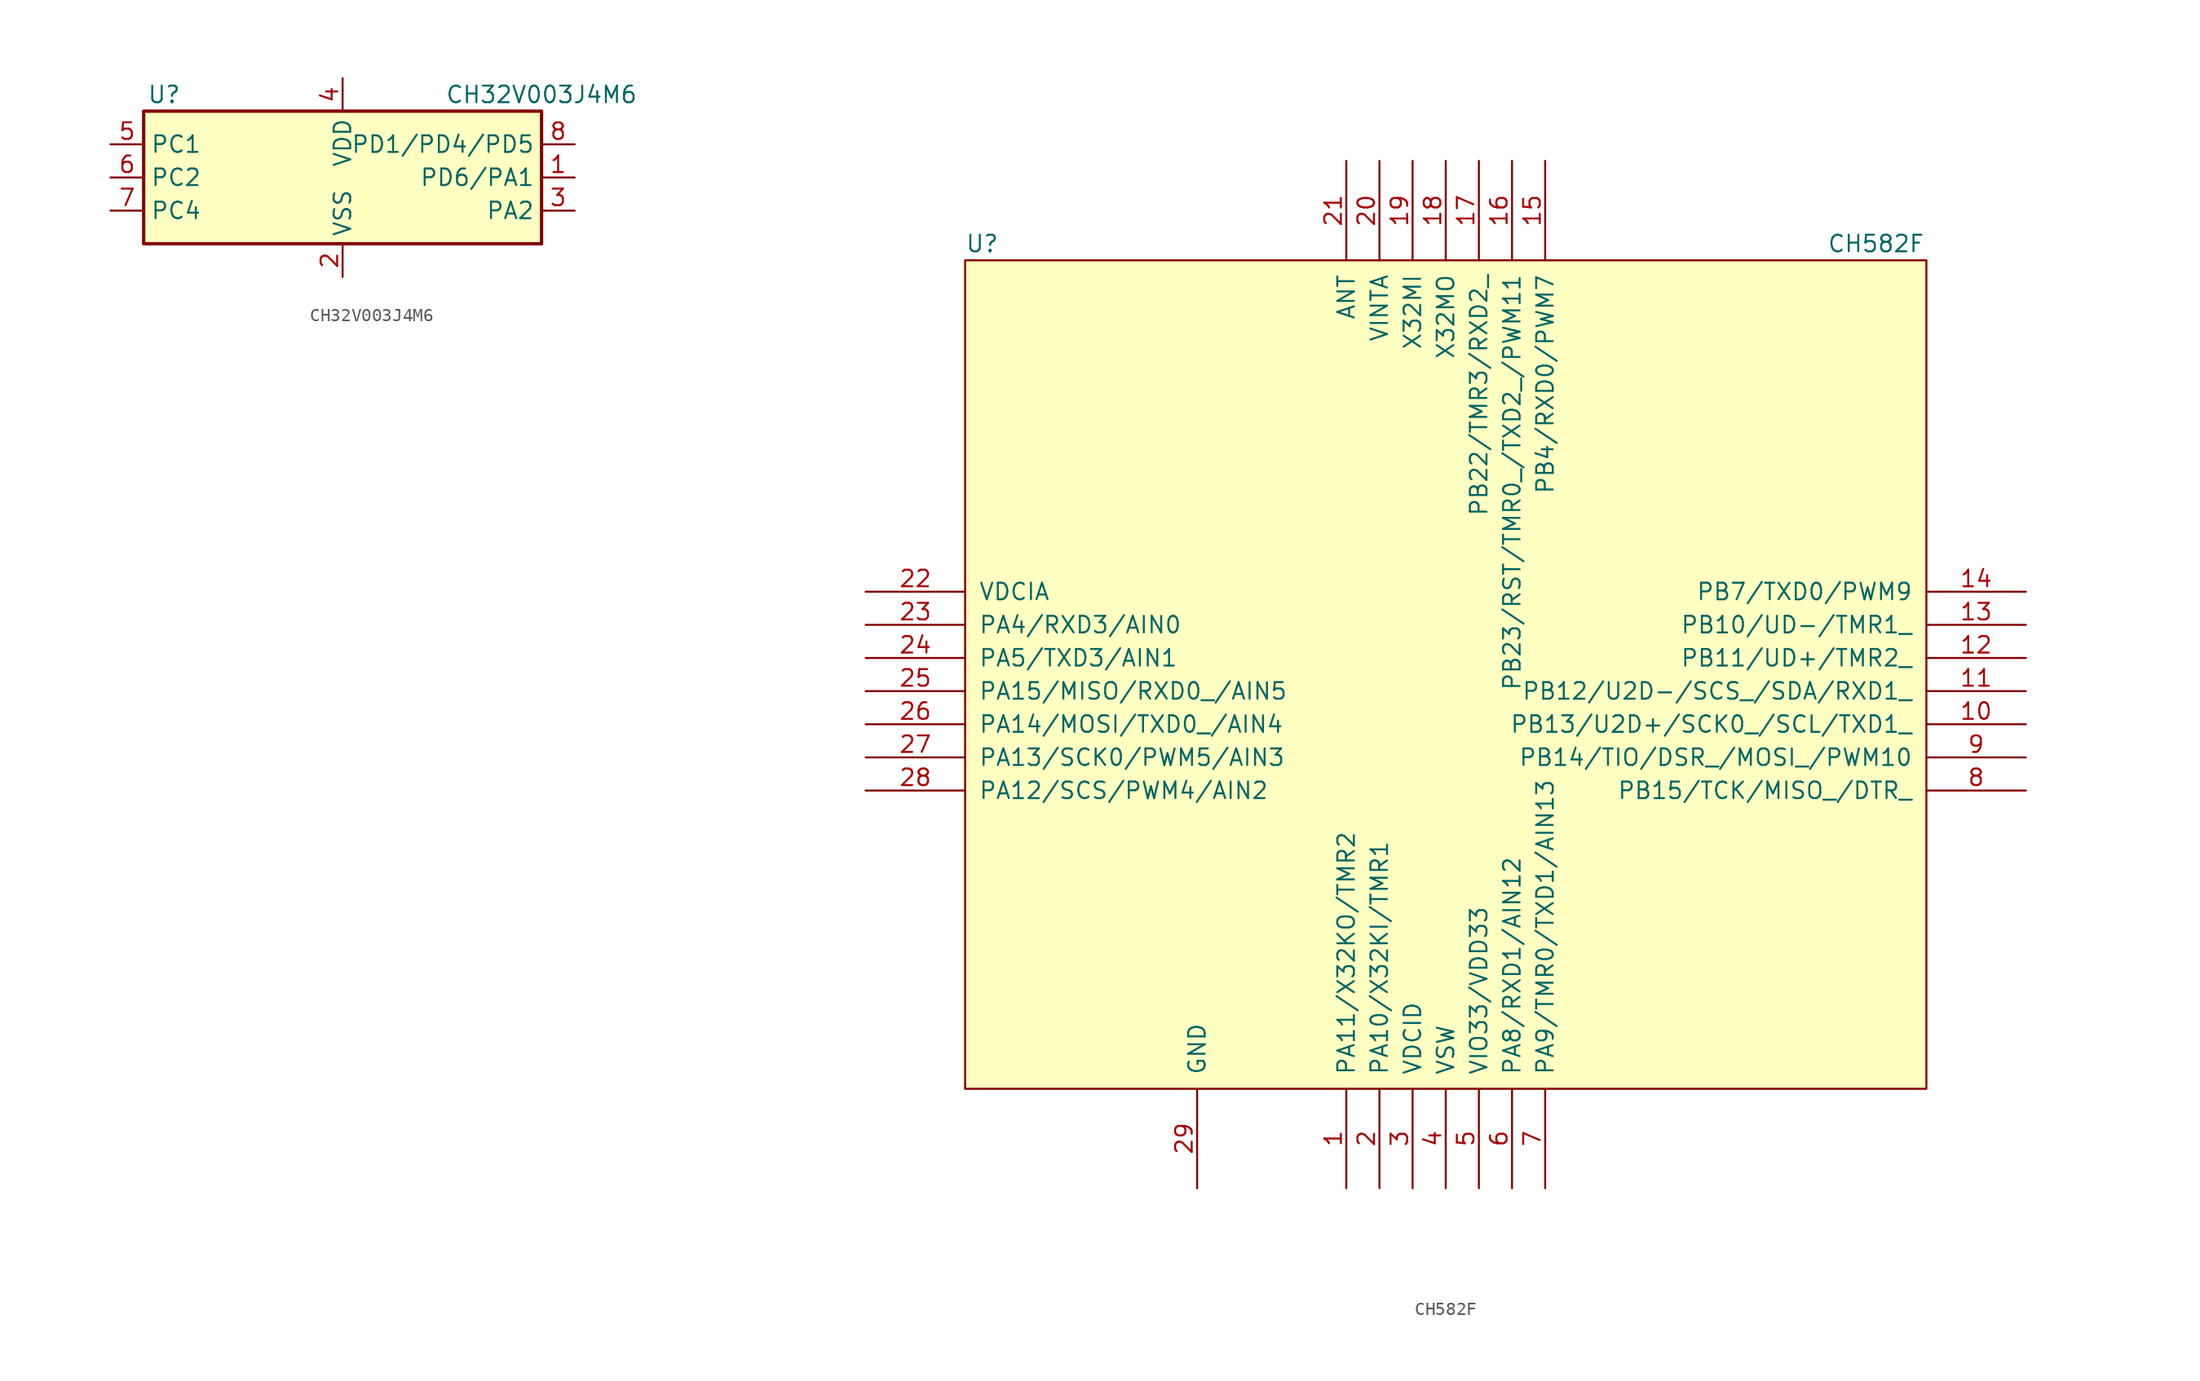
<source format=kicad_sym>
(kicad_symbol_lib
  (version 20241209)
  (generator "kicad_symbol_editor")
  (generator_version "9.0")
  (symbol "CH32V003J4M6"
    (property "Reference" "U"
      (at -14.986 6.35 0)
      (effects (font (size 1.27 1.27)) (justify left)))
    (property "Value" "CH32V003J4M6"
      (at 15.24 6.35 0)
      (effects (font (size 1.27 1.27))))
    (symbol "CH32V003J4M6_1_1"
      (rectangle (start -15.24 5.08) (end 15.24 -5.08) (stroke (width 0.254) (type default)) (fill (type background)))
      (pin bidirectional line (at -17.78 2.54 0) (length 2.54) (name "PC1" (effects (font (size 1.27 1.27)))) (number "5" (effects (font (size 1.27 1.27)))) (alternate "NSS" bidirectional line) (alternate "SDA" bidirectional line) (alternate "T1BKIN_1" bidirectional line) (alternate "T1BKIN_3" bidirectional line) (alternate "T2CH1ETR_2" bidirectional line) (alternate "T2CH1ETR_3" bidirectional line) (alternate "T2CH4_1" bidirectional line) (alternate "URX_3" bidirectional line))
      (pin bidirectional line (at -17.78 0 0) (length 2.54) (name "PC2" (effects (font (size 1.27 1.27)))) (number "6" (effects (font (size 1.27 1.27)))) (alternate "AETR_1" bidirectional line) (alternate "SCL" bidirectional line) (alternate "T1BKIN" bidirectional line) (alternate "T1BKIN_2" bidirectional line) (alternate "T1ETR_3" bidirectional line) (alternate "T2CH2_1" bidirectional line) (alternate "URTS" bidirectional line) (alternate "URTS_1" bidirectional line))
      (pin bidirectional line (at -17.78 -2.54 0) (length 2.54) (name "PC4" (effects (font (size 1.27 1.27)))) (number "7" (effects (font (size 1.27 1.27)))) (alternate "A2" bidirectional line) (alternate "MCO" bidirectional line) (alternate "T1CH1_3" bidirectional line) (alternate "T1CH2N_1" bidirectional line) (alternate "T1CH4" bidirectional line) (alternate "T1CH4_2" bidirectional line))
      (pin power_in line (at 0 7.62 270) (length 2.54) (name "VDD" (effects (font (size 1.27 1.27)))) (number "4" (effects (font (size 1.27 1.27)))))
      (pin power_in line (at 0 -7.62 90) (length 2.54) (name "VSS" (effects (font (size 1.27 1.27)))) (number "2" (effects (font (size 1.27 1.27)))))
      (pin bidirectional line (at 17.78 2.54 180) (length 2.54) (name "PD1/PD4/PD5" (effects (font (size 1.27 1.27)))) (number "8" (effects (font (size 1.27 1.27)))) (alternate "A5" bidirectional line) (alternate "A7" bidirectional line) (alternate "AETR2" bidirectional line) (alternate "OPO" bidirectional line) (alternate "SCL_1" bidirectional line) (alternate "SWIO" bidirectional line) (alternate "T1CH3N" bidirectional line) (alternate "T1CH3N_1" bidirectional line) (alternate "T1CH3N_2" bidirectional line) (alternate "T1CH4_3" bidirectional line) (alternate "T2CH1ETR" bidirectional line) (alternate "T2CH4_3" bidirectional line) (alternate "TIETR_2" bidirectional line) (alternate "UCK" bidirectional line) (alternate "URX_1" bidirectional line) (alternate "URX_2" bidirectional line) (alternate "UTX" bidirectional line))
      (pin bidirectional line (at 17.78 0 180) (length 2.54) (name "PD6/PA1" (effects (font (size 1.27 1.27)))) (number "1" (effects (font (size 1.27 1.27)))) (alternate "A1" bidirectional line) (alternate "A6" bidirectional line) (alternate "OPN0" bidirectional line) (alternate "OSCI" bidirectional line) (alternate "T1CH2" bidirectional line) (alternate "T1CH2_2" bidirectional line) (alternate "T2CH3_3" bidirectional line) (alternate "URX" bidirectional line) (alternate "UTX_2" bidirectional line))
      (pin bidirectional line (at 17.78 -2.54 180) (length 2.54) (name "PA2" (effects (font (size 1.27 1.27)))) (number "3" (effects (font (size 1.27 1.27)))) (alternate "A0" bidirectional line) (alternate "AETR2_1" bidirectional line) (alternate "OPP0" bidirectional line) (alternate "OSCO" bidirectional line) (alternate "TICH2N" bidirectional line) (alternate "TICH2N_2" bidirectional line))))
  (symbol "CH582F"
    (pin_names
      (offset 1.016))
    (property "Reference" "U"
      (at -36.83 33.02 0)
      (effects (font (size 1.27 1.27)) (justify left)))
    (property "Value" "CH582F"
      (at 29.21 33.02 0)
      (effects (font (size 1.27 1.27)) (justify left)))
    (symbol "CH582F_0_1"
      (rectangle (start -36.83 31.75) (end 36.83 -31.75) (stroke (width 0) (type default)) (fill (type background))))
    (symbol "CH582F_1_1"
      (pin power_in line (at -44.45 6.35 0) (length 7.62) (name "VDCIA" (effects (font (size 1.27 1.27)))) (number "22" (effects (font (size 1.27 1.27)))))
      (pin bidirectional line (at -44.45 3.81 0) (length 7.62) (name "PA4/RXD3/AIN0" (effects (font (size 1.27 1.27)))) (number "23" (effects (font (size 1.27 1.27)))))
      (pin bidirectional line (at -44.45 1.27 0) (length 7.62) (name "PA5/TXD3/AIN1" (effects (font (size 1.27 1.27)))) (number "24" (effects (font (size 1.27 1.27)))))
      (pin bidirectional line (at -44.45 -1.27 0) (length 7.62) (name "PA15/MISO/RXD0_/AIN5" (effects (font (size 1.27 1.27)))) (number "25" (effects (font (size 1.27 1.27)))))
      (pin bidirectional line (at -44.45 -3.81 0) (length 7.62) (name "PA14/MOSI/TXD0_/AIN4" (effects (font (size 1.27 1.27)))) (number "26" (effects (font (size 1.27 1.27)))))
      (pin bidirectional line (at -44.45 -6.35 0) (length 7.62) (name "PA13/SCK0/PWM5/AIN3" (effects (font (size 1.27 1.27)))) (number "27" (effects (font (size 1.27 1.27)))))
      (pin bidirectional line (at -44.45 -8.89 0) (length 7.62) (name "PA12/SCS/PWM4/AIN2" (effects (font (size 1.27 1.27)))) (number "28" (effects (font (size 1.27 1.27)))))
      (pin power_in line (at -19.05 -39.37 90) (length 7.62) (name "GND" (effects (font (size 1.27 1.27)))) (number "29" (effects (font (size 1.27 1.27)))))
      (pin bidirectional line (at -7.62 39.37 270) (length 7.62) (name "ANT" (effects (font (size 1.27 1.27)))) (number "21" (effects (font (size 1.27 1.27)))))
      (pin bidirectional line (at -7.62 -39.37 90) (length 7.62) (name "PA11/X32KO/TMR2" (effects (font (size 1.27 1.27)))) (number "1" (effects (font (size 1.27 1.27)))))
      (pin power_in line (at -5.08 39.37 270) (length 7.62) (name "VINTA" (effects (font (size 1.27 1.27)))) (number "20" (effects (font (size 1.27 1.27)))))
      (pin bidirectional line (at -5.08 -39.37 90) (length 7.62) (name "PA10/X32KI/TMR1" (effects (font (size 1.27 1.27)))) (number "2" (effects (font (size 1.27 1.27)))))
      (pin input line (at -2.54 39.37 270) (length 7.62) (name "X32MI" (effects (font (size 1.27 1.27)))) (number "19" (effects (font (size 1.27 1.27)))))
      (pin power_in line (at -2.54 -39.37 90) (length 7.62) (name "VDCID" (effects (font (size 1.27 1.27)))) (number "3" (effects (font (size 1.27 1.27)))))
      (pin output line (at 0 39.37 270) (length 7.62) (name "X32MO" (effects (font (size 1.27 1.27)))) (number "18" (effects (font (size 1.27 1.27)))))
      (pin power_in line (at 0 -39.37 90) (length 7.62) (name "VSW" (effects (font (size 1.27 1.27)))) (number "4" (effects (font (size 1.27 1.27)))))
      (pin bidirectional line (at 2.54 39.37 270) (length 7.62) (name "PB22/TMR3/RXD2_" (effects (font (size 1.27 1.27)))) (number "17" (effects (font (size 1.27 1.27)))))
      (pin power_in line (at 2.54 -39.37 90) (length 7.62) (name "VIO33/VDD33" (effects (font (size 1.27 1.27)))) (number "5" (effects (font (size 1.27 1.27)))))
      (pin bidirectional line (at 5.08 39.37 270) (length 7.62) (name "PB23/RST/TMR0_/TXD2_/PWM11" (effects (font (size 1.27 1.27)))) (number "16" (effects (font (size 1.27 1.27)))))
      (pin bidirectional line (at 5.08 -39.37 90) (length 7.62) (name "PA8/RXD1/AIN12" (effects (font (size 1.27 1.27)))) (number "6" (effects (font (size 1.27 1.27)))))
      (pin bidirectional line (at 7.62 39.37 270) (length 7.62) (name "PB4/RXD0/PWM7" (effects (font (size 1.27 1.27)))) (number "15" (effects (font (size 1.27 1.27)))))
      (pin bidirectional line (at 7.62 -39.37 90) (length 7.62) (name "PA9/TMR0/TXD1/AIN13" (effects (font (size 1.27 1.27)))) (number "7" (effects (font (size 1.27 1.27)))))
      (pin bidirectional line (at 44.45 6.35 180) (length 7.62) (name "PB7/TXD0/PWM9" (effects (font (size 1.27 1.27)))) (number "14" (effects (font (size 1.27 1.27)))))
      (pin bidirectional line (at 44.45 3.81 180) (length 7.62) (name "PB10/UD-/TMR1_" (effects (font (size 1.27 1.27)))) (number "13" (effects (font (size 1.27 1.27)))))
      (pin bidirectional line (at 44.45 1.27 180) (length 7.62) (name "PB11/UD+/TMR2_" (effects (font (size 1.27 1.27)))) (number "12" (effects (font (size 1.27 1.27)))))
      (pin bidirectional line (at 44.45 -1.27 180) (length 7.62) (name "PB12/U2D-/SCS_/SDA/RXD1_" (effects (font (size 1.27 1.27)))) (number "11" (effects (font (size 1.27 1.27)))))
      (pin bidirectional line (at 44.45 -3.81 180) (length 7.62) (name "PB13/U2D+/SCK0_/SCL/TXD1_" (effects (font (size 1.27 1.27)))) (number "10" (effects (font (size 1.27 1.27)))))
      (pin bidirectional line (at 44.45 -6.35 180) (length 7.62) (name "PB14/TIO/DSR_/MOSI_/PWM10" (effects (font (size 1.27 1.27)))) (number "9" (effects (font (size 1.27 1.27)))))
      (pin bidirectional line (at 44.45 -8.89 180) (length 7.62) (name "PB15/TCK/MISO_/DTR_" (effects (font (size 1.27 1.27)))) (number "8" (effects (font (size 1.27 1.27))))))))
</source>
